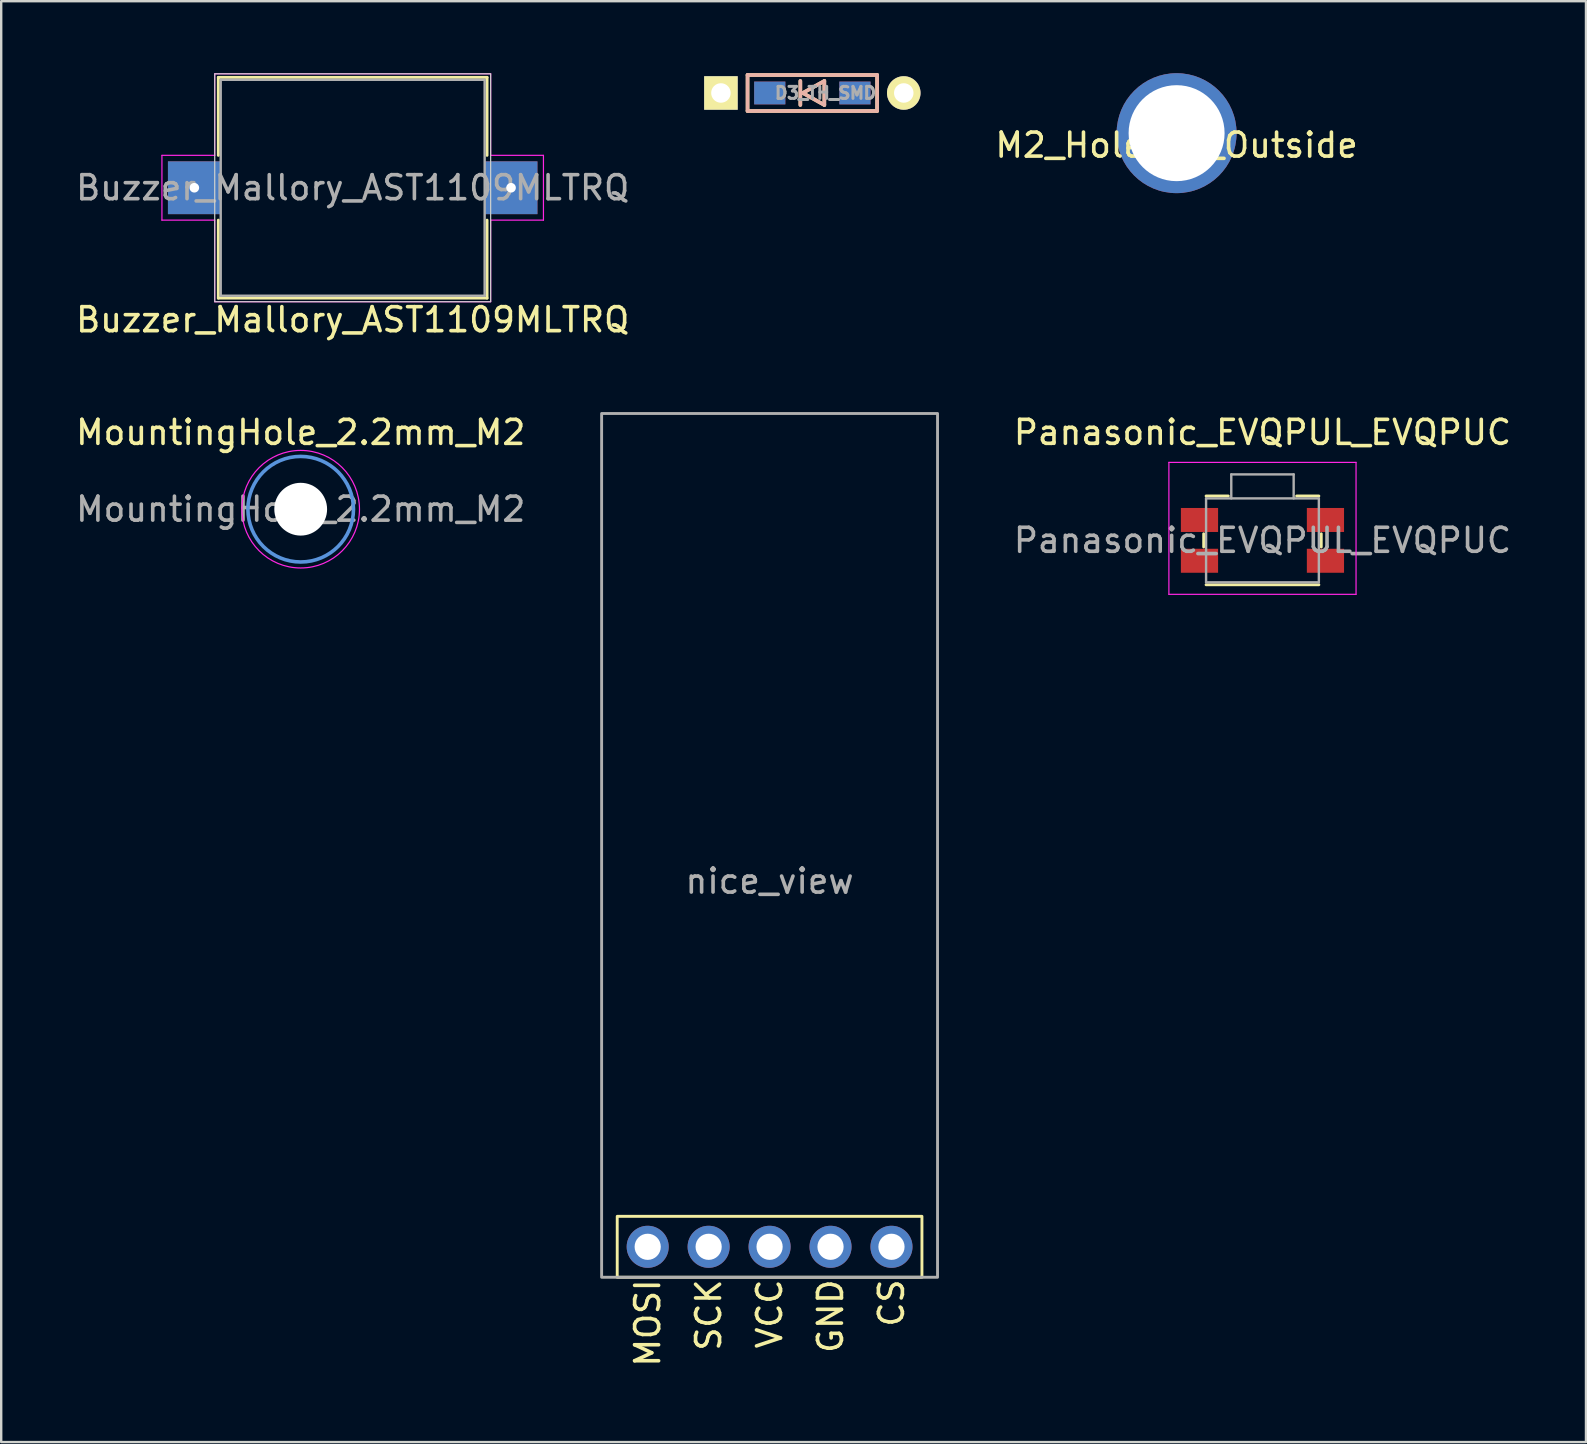
<source format=kicad_pcb>
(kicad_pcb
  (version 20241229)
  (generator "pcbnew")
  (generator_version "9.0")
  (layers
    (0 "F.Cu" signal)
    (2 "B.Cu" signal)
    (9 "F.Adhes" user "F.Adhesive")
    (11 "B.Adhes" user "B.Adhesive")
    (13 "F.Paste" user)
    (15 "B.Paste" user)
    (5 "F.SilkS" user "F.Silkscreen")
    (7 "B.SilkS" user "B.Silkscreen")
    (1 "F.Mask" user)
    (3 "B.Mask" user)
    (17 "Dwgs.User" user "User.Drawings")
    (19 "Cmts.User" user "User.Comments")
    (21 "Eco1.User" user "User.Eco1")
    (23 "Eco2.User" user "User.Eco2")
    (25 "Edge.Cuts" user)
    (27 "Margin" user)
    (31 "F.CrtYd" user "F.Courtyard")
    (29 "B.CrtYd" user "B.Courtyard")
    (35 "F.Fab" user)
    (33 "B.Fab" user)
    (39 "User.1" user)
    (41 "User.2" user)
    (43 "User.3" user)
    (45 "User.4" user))
  (footprint "nice_view"
    (layer "F.Cu")
    (at 29.024 32.403)
    (property "Reference" "nice_view" (at 0 1.27 0) (unlocked yes) (layer "F.Fab") (effects (font (size 1 1) (thickness 0.15))))
    (attr through_hole)
    (fp_rect (start -6.35 15.24) (end 6.35 17.78) (stroke (width 0.12) (type solid)) (fill no) (layer "F.SilkS"))
    (fp_rect (start 7 17.78) (end -7 -18.22) (stroke (width 0.12) (type solid)) (fill no) (layer "F.Fab"))
    (fp_text user "MOSI" (at -5.08 17.78 90) (unlocked yes) (layer "F.SilkS") (effects (font (size 1 1) (thickness 0.15)) (justify right)))
    (fp_text user "VCC" (at 0 17.78 90) (unlocked yes) (layer "F.SilkS") (effects (font (size 1 1) (thickness 0.15)) (justify right)))
    (fp_text user "GND" (at 2.54 17.78 90) (unlocked yes) (layer "F.SilkS") (effects (font (size 1 1) (thickness 0.15)) (justify right)))
    (fp_text user "CS" (at 5.08 17.78 90) (unlocked yes) (layer "F.SilkS") (effects (font (size 1 1) (thickness 0.15)) (justify right)))
    (fp_text user "SCK" (at -2.54 17.78 90) (unlocked yes) (layer "F.SilkS") (effects (font (size 1 1) (thickness 0.15)) (justify right)))
    (pad "1" thru_hole circle (at -5.08 16.51) (size 1.753 1.753) (drill 1.092) (layers "*.Cu" "*.Mask"))
    (pad "2" thru_hole circle (at -2.54 16.51) (size 1.753 1.753) (drill 1.092) (layers "*.Cu" "*.Mask"))
    (pad "3" thru_hole circle (at 0 16.51) (size 1.753 1.753) (drill 1.092) (layers "*.Cu" "*.Mask"))
    (pad "4" thru_hole circle (at 2.54 16.51) (size 1.753 1.753) (drill 1.092) (layers "*.Cu" "*.Mask"))
    (pad "5" thru_hole circle (at 5.08 16.51) (size 1.753 1.753) (drill 1.092) (layers "*.Cu" "*.Mask")))
  (footprint "D3_TH_SMD"
    (layer "F.Cu")
    (at 30.806 0.825)
    (property "Reference" "D3_TH_SMD" (at 0.55 0 0) (layer "F.Fab") (effects (font (size 0.5 0.5) (thickness 0.125))))
    (attr through_hole)
    (fp_line (start -2.7 -0.75) (end -2.7 0.75) (stroke (width 0.15) (type solid)) (layer "F.SilkS"))
    (fp_line (start -2.7 0.75) (end 2.7 0.75) (stroke (width 0.15) (type solid)) (layer "F.SilkS"))
    (fp_line (start -0.5 -0.5) (end -0.5 0.5) (stroke (width 0.15) (type solid)) (layer "F.SilkS"))
    (fp_line (start -0.4 0) (end 0.5 -0.5) (stroke (width 0.15) (type solid)) (layer "F.SilkS"))
    (fp_line (start 0.5 -0.5) (end 0.5 0.5) (stroke (width 0.15) (type solid)) (layer "F.SilkS"))
    (fp_line (start 0.5 0.5) (end -0.4 0) (stroke (width 0.15) (type solid)) (layer "F.SilkS"))
    (fp_line (start 2.7 -0.75) (end -2.7 -0.75) (stroke (width 0.15) (type solid)) (layer "F.SilkS"))
    (fp_line (start 2.7 0.75) (end 2.7 -0.75) (stroke (width 0.15) (type solid)) (layer "F.SilkS"))
    (fp_line (start -2.7 -0.75) (end -2.7 0.75) (stroke (width 0.15) (type solid)) (layer "B.SilkS"))
    (fp_line (start -2.7 0.75) (end 2.7 0.75) (stroke (width 0.15) (type solid)) (layer "B.SilkS"))
    (fp_line (start -0.5 -0.5) (end -0.5 0.5) (stroke (width 0.15) (type solid)) (layer "B.SilkS"))
    (fp_line (start -0.4 0) (end 0.5 -0.5) (stroke (width 0.15) (type solid)) (layer "B.SilkS"))
    (fp_line (start 0.5 -0.5) (end 0.5 0.5) (stroke (width 0.15) (type solid)) (layer "B.SilkS"))
    (fp_line (start 0.5 0.5) (end -0.4 0) (stroke (width 0.15) (type solid)) (layer "B.SilkS"))
    (fp_line (start 2.7 -0.75) (end -2.7 -0.75) (stroke (width 0.15) (type solid)) (layer "B.SilkS"))
    (fp_line (start 2.7 0.75) (end 2.7 -0.75) (stroke (width 0.15) (type solid)) (layer "B.SilkS"))
    (pad "1" thru_hole rect (at -3.81 0) (size 1.397 1.397) (drill 0.813) (layers "*.Cu" "*.Mask" "F.SilkS"))
    (pad "1" smd rect (at -1.775 0) (size 1.3 0.95) (layers "F.Cu" "F.Mask" "F.Paste"))
    (pad "1" smd rect (at -1.775 0) (size 1.3 0.95) (layers "B.Cu" "B.Mask" "B.Paste"))
    (pad "2" smd rect (at 1.775 0) (size 1.3 0.95) (layers "F.Cu" "F.Mask" "F.Paste"))
    (pad "2" smd rect (at 1.775 0) (size 1.3 0.95) (layers "B.Cu" "B.Mask" "B.Paste"))
    (pad "2" thru_hole circle (at 3.81 0) (size 1.397 1.397) (drill 0.813) (layers "*.Cu" "*.Mask" "F.SilkS")))
  (footprint "M2_Hole_TH_Outside"
    (layer "F.Cu")
    (at 45.987 2.5)
    (property "Reference" "M2_Hole_TH_Outside" (at 0 0.5 0) (layer "F.SilkS") (effects (font (size 1 1) (thickness 0.15))))
    (attr through_hole)
    (pad "" thru_hole circle (at 0 0) (size 5 5) (drill 4) (layers "*.Cu" "*.Mask")))
  (footprint "Buzzer_Mallory_AST1109MLTRQ"
    (layer "F.Cu")
    (at 11.649 4.775)
    (property "Reference" "Buzzer_Mallory_AST1109MLTRQ" (at 0 5.5 180) (layer "F.SilkS") (effects (font (size 1 1) (thickness 0.15))))
    (attr smd)
    (fp_line (start -5.6 -4.6) (end 5.6 -4.6) (stroke (width 0.12) (type solid)) (layer "F.SilkS"))
    (fp_line (start -5.6 -1.35) (end -5.6 -4.6) (stroke (width 0.12) (type solid)) (layer "F.SilkS"))
    (fp_line (start -5.6 4.6) (end -5.6 1.35) (stroke (width 0.12) (type solid)) (layer "F.SilkS"))
    (fp_line (start 5.6 -4.6) (end 5.6 -1.35) (stroke (width 0.12) (type solid)) (layer "F.SilkS"))
    (fp_line (start 5.6 1.35) (end 5.6 4.6) (stroke (width 0.12) (type solid)) (layer "F.SilkS"))
    (fp_line (start 5.6 4.6) (end -5.6 4.6) (stroke (width 0.12) (type solid)) (layer "F.SilkS"))
    (fp_rect (start 5.75 -4.75) (end -5.75 4.75) (stroke (width 0.05) (type default)) (fill no) (layer "Edge.Cuts"))
    (fp_line (start -7.95 -1.35) (end -5.75 -1.35) (stroke (width 0.05) (type solid)) (layer "F.CrtYd"))
    (fp_line (start -7.95 1.35) (end -7.95 -1.35) (stroke (width 0.05) (type solid)) (layer "F.CrtYd"))
    (fp_line (start -5.75 -4.75) (end 5.75 -4.75) (stroke (width 0.05) (type solid)) (layer "F.CrtYd"))
    (fp_line (start -5.75 -1.35) (end -5.75 -4.75) (stroke (width 0.05) (type solid)) (layer "F.CrtYd"))
    (fp_line (start -5.75 1.35) (end -7.95 1.35) (stroke (width 0.05) (type solid)) (layer "F.CrtYd"))
    (fp_line (start -5.75 4.75) (end -5.75 1.35) (stroke (width 0.05) (type solid)) (layer "F.CrtYd"))
    (fp_line (start 5.75 -4.75) (end 5.75 -1.35) (stroke (width 0.05) (type solid)) (layer "F.CrtYd"))
    (fp_line (start 5.75 -1.35) (end 7.95 -1.35) (stroke (width 0.05) (type solid)) (layer "F.CrtYd"))
    (fp_line (start 5.75 1.35) (end 5.75 4.75) (stroke (width 0.05) (type solid)) (layer "F.CrtYd"))
    (fp_line (start 5.75 4.75) (end -5.75 4.75) (stroke (width 0.05) (type solid)) (layer "F.CrtYd"))
    (fp_line (start 7.95 -1.35) (end 7.95 1.35) (stroke (width 0.05) (type solid)) (layer "F.CrtYd"))
    (fp_line (start 7.95 1.35) (end 5.75 1.35) (stroke (width 0.05) (type solid)) (layer "F.CrtYd"))
    (fp_line (start -5.5 -4.5) (end 5.5 -4.5) (stroke (width 0.1) (type solid)) (layer "F.Fab"))
    (fp_line (start -5.5 4.5) (end -5.5 -4.5) (stroke (width 0.1) (type solid)) (layer "F.Fab"))
    (fp_line (start 5.5 -4.5) (end 5.5 4.5) (stroke (width 0.1) (type solid)) (layer "F.Fab"))
    (fp_line (start 5.5 4.5) (end -5.5 4.5) (stroke (width 0.1) (type solid)) (layer "F.Fab"))
    (fp_text user "${REFERENCE}" (at 0 0 180) (layer "F.Fab") (effects (font (size 1 1) (thickness 0.15))))
    (pad "1" thru_hole rect (at -6.6 0) (size 2.2 2.2) (drill 0.4) (layers "*.Cu" "*.Mask"))
    (pad "2" thru_hole rect (at 6.6 0) (size 2.2 2.2) (drill 0.4) (layers "*.Cu" "*.Mask")))
  (footprint "MountingHole_2.2mm_M2"
    (layer "F.Cu")
    (at 9.482 18.172)
    (property "Reference" "MountingHole_2.2mm_M2" (at 0 -3.2 0) (layer "F.SilkS") (effects (font (size 1 1) (thickness 0.15))))
    (attr exclude_from_pos_files)
    (fp_circle (center 0 0) (end 2.2 0) (stroke (width 0.15) (type solid)) (fill no) (layer "Cmts.User"))
    (fp_circle (center 0 0) (end 2.45 0) (stroke (width 0.05) (type solid)) (fill no) (layer "F.CrtYd"))
    (fp_text user "${REFERENCE}" (at 0 0 0) (layer "F.Fab") (effects (font (size 1 1) (thickness 0.15))))
    (pad "" np_thru_hole circle (at 0 0) (size 2.2 2.2) (drill 2.2) (layers "*.Cu" "*.Mask")))
  (footprint "Panasonic_EVQPUL_EVQPUC"
    (layer "F.Cu")
    (at 49.566 19.471)
    (property "Reference" "Panasonic_EVQPUL_EVQPUC" (at 0 -4.5 0) (layer "F.SilkS") (effects (font (size 1 1) (thickness 0.15))))
    (attr smd)
    (fp_line (start -2.45 0.275) (end -2.45 -0.275) (stroke (width 0.12) (type solid)) (layer "F.SilkS"))
    (fp_line (start -1.425 -1.85) (end -2.35 -1.85) (stroke (width 0.12) (type solid)) (layer "F.SilkS"))
    (fp_line (start 2.35 -1.85) (end 1.425 -1.85) (stroke (width 0.12) (type solid)) (layer "F.SilkS"))
    (fp_line (start 2.35 1.85) (end -2.35 1.85) (stroke (width 0.12) (type solid)) (layer "F.SilkS"))
    (fp_line (start 2.45 0.275) (end 2.45 -0.275) (stroke (width 0.12) (type solid)) (layer "F.SilkS"))
    (fp_line (start -3.9 2.25) (end -3.9 -3.25) (stroke (width 0.05) (type solid)) (layer "F.CrtYd"))
    (fp_line (start 3.9 -3.25) (end -3.9 -3.25) (stroke (width 0.05) (type solid)) (layer "F.CrtYd"))
    (fp_line (start 3.9 2.25) (end -3.9 2.25) (stroke (width 0.05) (type solid)) (layer "F.CrtYd"))
    (fp_line (start 3.9 2.25) (end 3.9 -3.25) (stroke (width 0.05) (type solid)) (layer "F.CrtYd"))
    (fp_line (start -2.35 1.75) (end -2.35 -1.75) (stroke (width 0.1) (type solid)) (layer "F.Fab"))
    (fp_line (start -1.3 -2.75) (end -1.3 -1.75) (stroke (width 0.1) (type solid)) (layer "F.Fab"))
    (fp_line (start 1.3 -2.75) (end -1.3 -2.75) (stroke (width 0.1) (type solid)) (layer "F.Fab"))
    (fp_line (start 1.3 -2.75) (end 1.3 -1.75) (stroke (width 0.1) (type solid)) (layer "F.Fab"))
    (fp_line (start 2.35 -1.75) (end -2.35 -1.75) (stroke (width 0.1) (type solid)) (layer "F.Fab"))
    (fp_line (start 2.35 1.75) (end -2.35 1.75) (stroke (width 0.1) (type solid)) (layer "F.Fab"))
    (fp_line (start 2.35 1.75) (end 2.35 -1.75) (stroke (width 0.1) (type solid)) (layer "F.Fab"))
    (fp_text user "${REFERENCE}" (at 0 0 0) (layer "F.Fab") (effects (font (size 1 1) (thickness 0.15))))
    (pad "1" smd rect (at -2.625 -0.85) (size 1.55 1) (layers "F.Cu" "F.Mask" "F.Paste"))
    (pad "1" smd rect (at 2.625 -0.85) (size 1.55 1) (layers "F.Cu" "F.Mask" "F.Paste"))
    (pad "2" smd rect (at -2.625 0.85) (size 1.55 1) (layers "F.Cu" "F.Mask" "F.Paste"))
    (pad "2" smd rect (at 2.625 0.85) (size 1.55 1) (layers "F.Cu" "F.Mask" "F.Paste")))
  (gr_rect
    (start -3 -3)
    (end 63.049 57.052)
    (stroke (width 0.1) (type default))
    (fill no)
    (layer "Edge.Cuts")))
</source>
